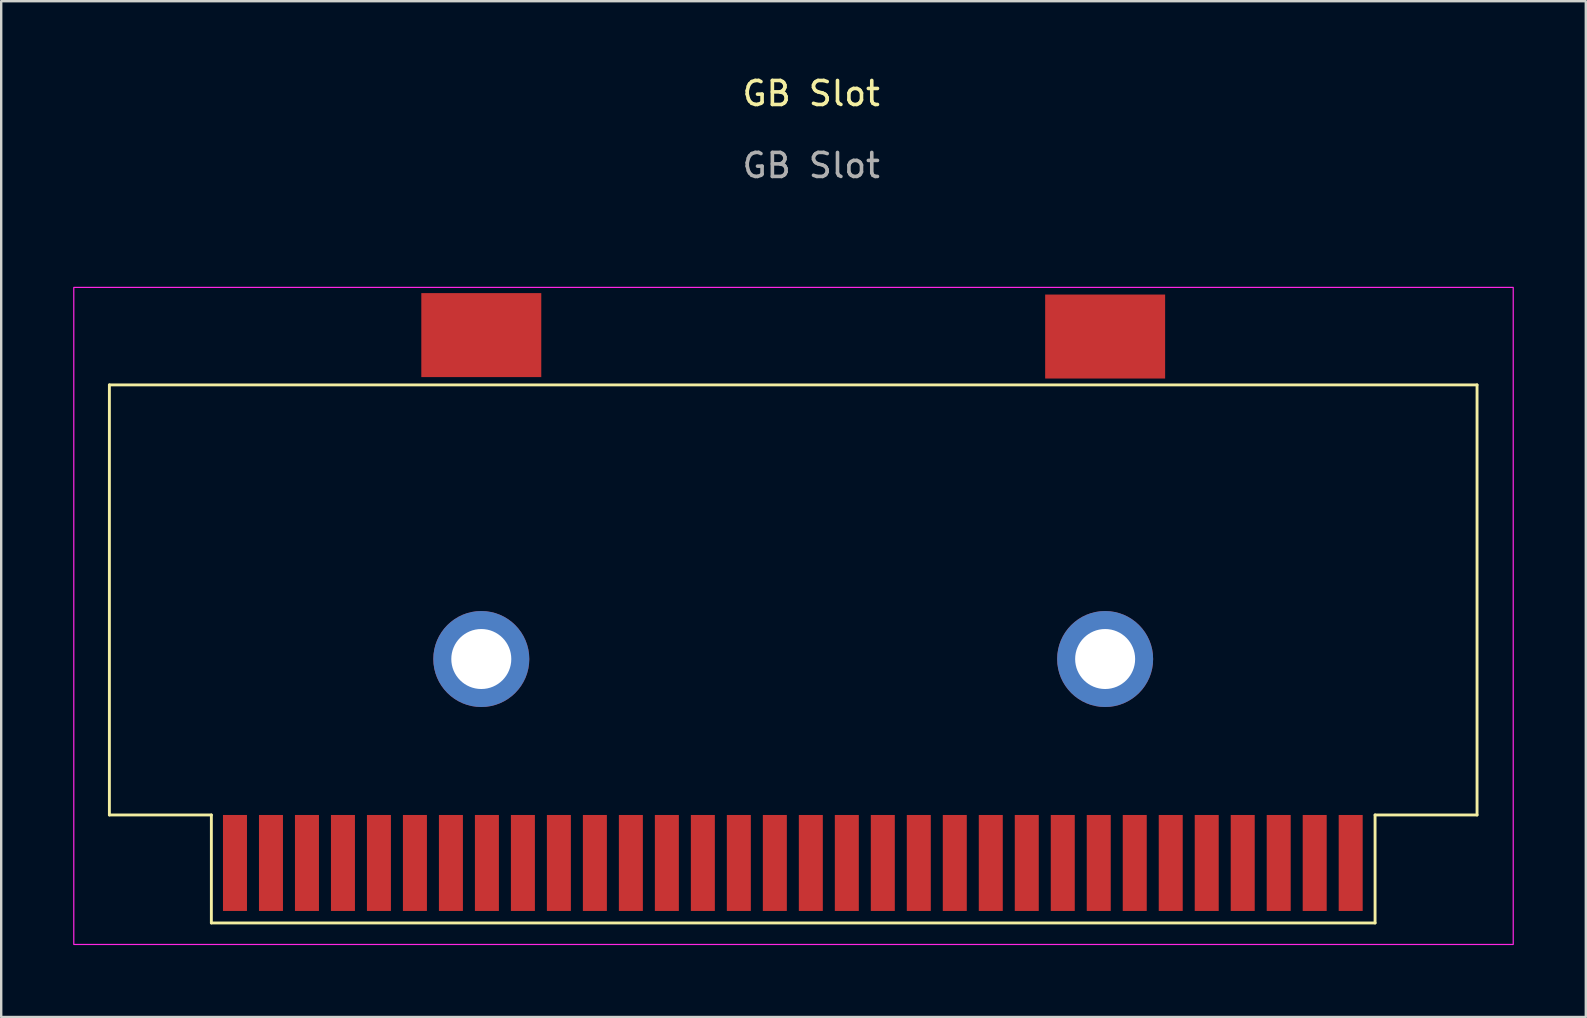
<source format=kicad_pcb>
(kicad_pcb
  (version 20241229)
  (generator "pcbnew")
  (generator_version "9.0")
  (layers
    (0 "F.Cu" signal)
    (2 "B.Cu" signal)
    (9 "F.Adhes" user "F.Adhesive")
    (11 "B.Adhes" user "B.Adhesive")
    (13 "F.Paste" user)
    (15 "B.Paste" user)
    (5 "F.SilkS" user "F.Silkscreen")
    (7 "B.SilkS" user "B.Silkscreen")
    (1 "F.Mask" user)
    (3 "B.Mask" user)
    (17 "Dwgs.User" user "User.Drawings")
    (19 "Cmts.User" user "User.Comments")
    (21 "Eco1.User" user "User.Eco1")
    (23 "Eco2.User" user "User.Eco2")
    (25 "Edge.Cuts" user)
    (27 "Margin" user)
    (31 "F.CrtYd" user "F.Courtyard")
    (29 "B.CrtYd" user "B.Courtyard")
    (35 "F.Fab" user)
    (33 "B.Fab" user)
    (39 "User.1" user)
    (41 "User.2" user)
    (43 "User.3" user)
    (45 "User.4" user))
  (footprint "GB Slot"
    (layer "F.Cu")
    (at 30.759 8.166)
    (property "Reference" "GB Slot" (at 0 -7.318 0) (unlocked yes) (layer "F.SilkS") (effects (font (size 1 1) (thickness 0.15))))
    (attr smd)
    (fp_line (start -29.25 4.826) (end -29.25 22.75) (stroke (width 0.12) (type solid)) (layer "F.SilkS"))
    (fp_line (start -29.25 22.75) (end -25 22.75) (stroke (width 0.12) (type solid)) (layer "F.SilkS"))
    (fp_line (start -25 22.75) (end -25 27.25) (stroke (width 0.12) (type solid)) (layer "F.SilkS"))
    (fp_line (start 23.5 22.75) (end 23.5 27.25) (stroke (width 0.12) (type solid)) (layer "F.SilkS"))
    (fp_line (start 23.5 27.25) (end -25 27.25) (stroke (width 0.12) (type solid)) (layer "F.SilkS"))
    (fp_line (start 27.75 4.826) (end -29.25 4.826) (stroke (width 0.12) (type solid)) (layer "F.SilkS"))
    (fp_line (start 27.75 4.826) (end 27.75 22.75) (stroke (width 0.12) (type solid)) (layer "F.SilkS"))
    (fp_line (start 27.75 22.75) (end 23.5 22.75) (stroke (width 0.12) (type solid)) (layer "F.SilkS"))
    (fp_rect (start 29.258 28.146) (end -30.734 0.762) (stroke (width 0.05) (type solid)) (fill no) (layer "F.CrtYd"))
    (fp_text user "${REFERENCE}" (at 0 -4.318 0) (unlocked yes) (layer "F.Fab") (effects (font (size 1 1) (thickness 0.15))))
    (pad "" thru_hole circle (at -13.75 16.25) (size 4 4) (drill 2.5) (layers "*.Cu" "*.Mask"))
    (pad "" thru_hole circle (at 12.25 16.25) (size 4 4) (drill 2.5) (layers "*.Cu" "*.Mask"))
    (pad "0" smd rect (at -13.75 2.75 180) (size 5 3.5) (layers "F.Cu" "F.Mask" "F.Paste"))
    (pad "0" smd rect (at 12.25 2.81 180) (size 5 3.5) (layers "F.Cu" "F.Mask" "F.Paste"))
    (pad "1" smd rect (at -24.016 24.75 180) (size 1 4) (layers "F.Cu" "F.Mask" "F.Paste"))
    (pad "2" smd rect (at -22.516 24.75 180) (size 1 4) (layers "F.Cu" "F.Mask" "F.Paste"))
    (pad "3" smd rect (at -21.016 24.75 180) (size 1 4) (layers "F.Cu" "F.Mask" "F.Paste"))
    (pad "4" smd rect (at -19.516 24.75 180) (size 1 4) (layers "F.Cu" "F.Mask" "F.Paste"))
    (pad "5" smd rect (at -18.016 24.75 180) (size 1 4) (layers "F.Cu" "F.Mask" "F.Paste"))
    (pad "6" smd rect (at -16.516 24.75 180) (size 1 4) (layers "F.Cu" "F.Mask" "F.Paste"))
    (pad "7" smd rect (at -15.016 24.75 180) (size 1 4) (layers "F.Cu" "F.Mask" "F.Paste"))
    (pad "8" smd rect (at -13.516 24.75 180) (size 1 4) (layers "F.Cu" "F.Mask" "F.Paste"))
    (pad "9" smd rect (at -12.016 24.75 180) (size 1 4) (layers "F.Cu" "F.Mask" "F.Paste"))
    (pad "10" smd rect (at -10.516 24.75 180) (size 1 4) (layers "F.Cu" "F.Mask" "F.Paste"))
    (pad "11" smd rect (at -9.016 24.75 180) (size 1 4) (layers "F.Cu" "F.Mask" "F.Paste"))
    (pad "12" smd rect (at -7.516 24.75 180) (size 1 4) (layers "F.Cu" "F.Mask" "F.Paste"))
    (pad "13" smd rect (at -6.016 24.75 180) (size 1 4) (layers "F.Cu" "F.Mask" "F.Paste"))
    (pad "14" smd rect (at -4.516 24.75 180) (size 1 4) (layers "F.Cu" "F.Mask" "F.Paste"))
    (pad "15" smd rect (at -3.016 24.75 180) (size 1 4) (layers "F.Cu" "F.Mask" "F.Paste"))
    (pad "16" smd rect (at -1.516 24.75 180) (size 1 4) (layers "F.Cu" "F.Mask" "F.Paste"))
    (pad "17" smd rect (at -0.016 24.75 180) (size 1 4) (layers "F.Cu" "F.Mask" "F.Paste"))
    (pad "18" smd rect (at 1.484 24.75 180) (size 1 4) (layers "F.Cu" "F.Mask" "F.Paste"))
    (pad "19" smd rect (at 2.984 24.75 180) (size 1 4) (layers "F.Cu" "F.Mask" "F.Paste"))
    (pad "20" smd rect (at 4.484 24.75 180) (size 1 4) (layers "F.Cu" "F.Mask" "F.Paste"))
    (pad "21" smd rect (at 5.984 24.75 180) (size 1 4) (layers "F.Cu" "F.Mask" "F.Paste"))
    (pad "22" smd rect (at 7.484 24.75 180) (size 1 4) (layers "F.Cu" "F.Mask" "F.Paste"))
    (pad "23" smd rect (at 8.984 24.75 180) (size 1 4) (layers "F.Cu" "F.Mask" "F.Paste"))
    (pad "24" smd rect (at 10.484 24.75 180) (size 1 4) (layers "F.Cu" "F.Mask" "F.Paste"))
    (pad "25" smd rect (at 11.984 24.75 180) (size 1 4) (layers "F.Cu" "F.Mask" "F.Paste"))
    (pad "26" smd rect (at 13.484 24.75 180) (size 1 4) (layers "F.Cu" "F.Mask" "F.Paste"))
    (pad "27" smd rect (at 14.984 24.75 180) (size 1 4) (layers "F.Cu" "F.Mask" "F.Paste"))
    (pad "28" smd rect (at 16.484 24.75 180) (size 1 4) (layers "F.Cu" "F.Mask" "F.Paste"))
    (pad "29" smd rect (at 17.984 24.75 180) (size 1 4) (layers "F.Cu" "F.Mask" "F.Paste"))
    (pad "30" smd rect (at 19.484 24.75 180) (size 1 4) (layers "F.Cu" "F.Mask" "F.Paste"))
    (pad "31" smd rect (at 20.984 24.75 180) (size 1 4) (layers "F.Cu" "F.Mask" "F.Paste"))
    (pad "32" smd rect (at 22.484 24.75 180) (size 1 4) (layers "F.Cu" "F.Mask" "F.Paste")))
  (gr_rect
    (start -3 -3)
    (end 63.042 39.337)
    (stroke (width 0.1) (type default))
    (fill no)
    (layer "Edge.Cuts")))
</source>
